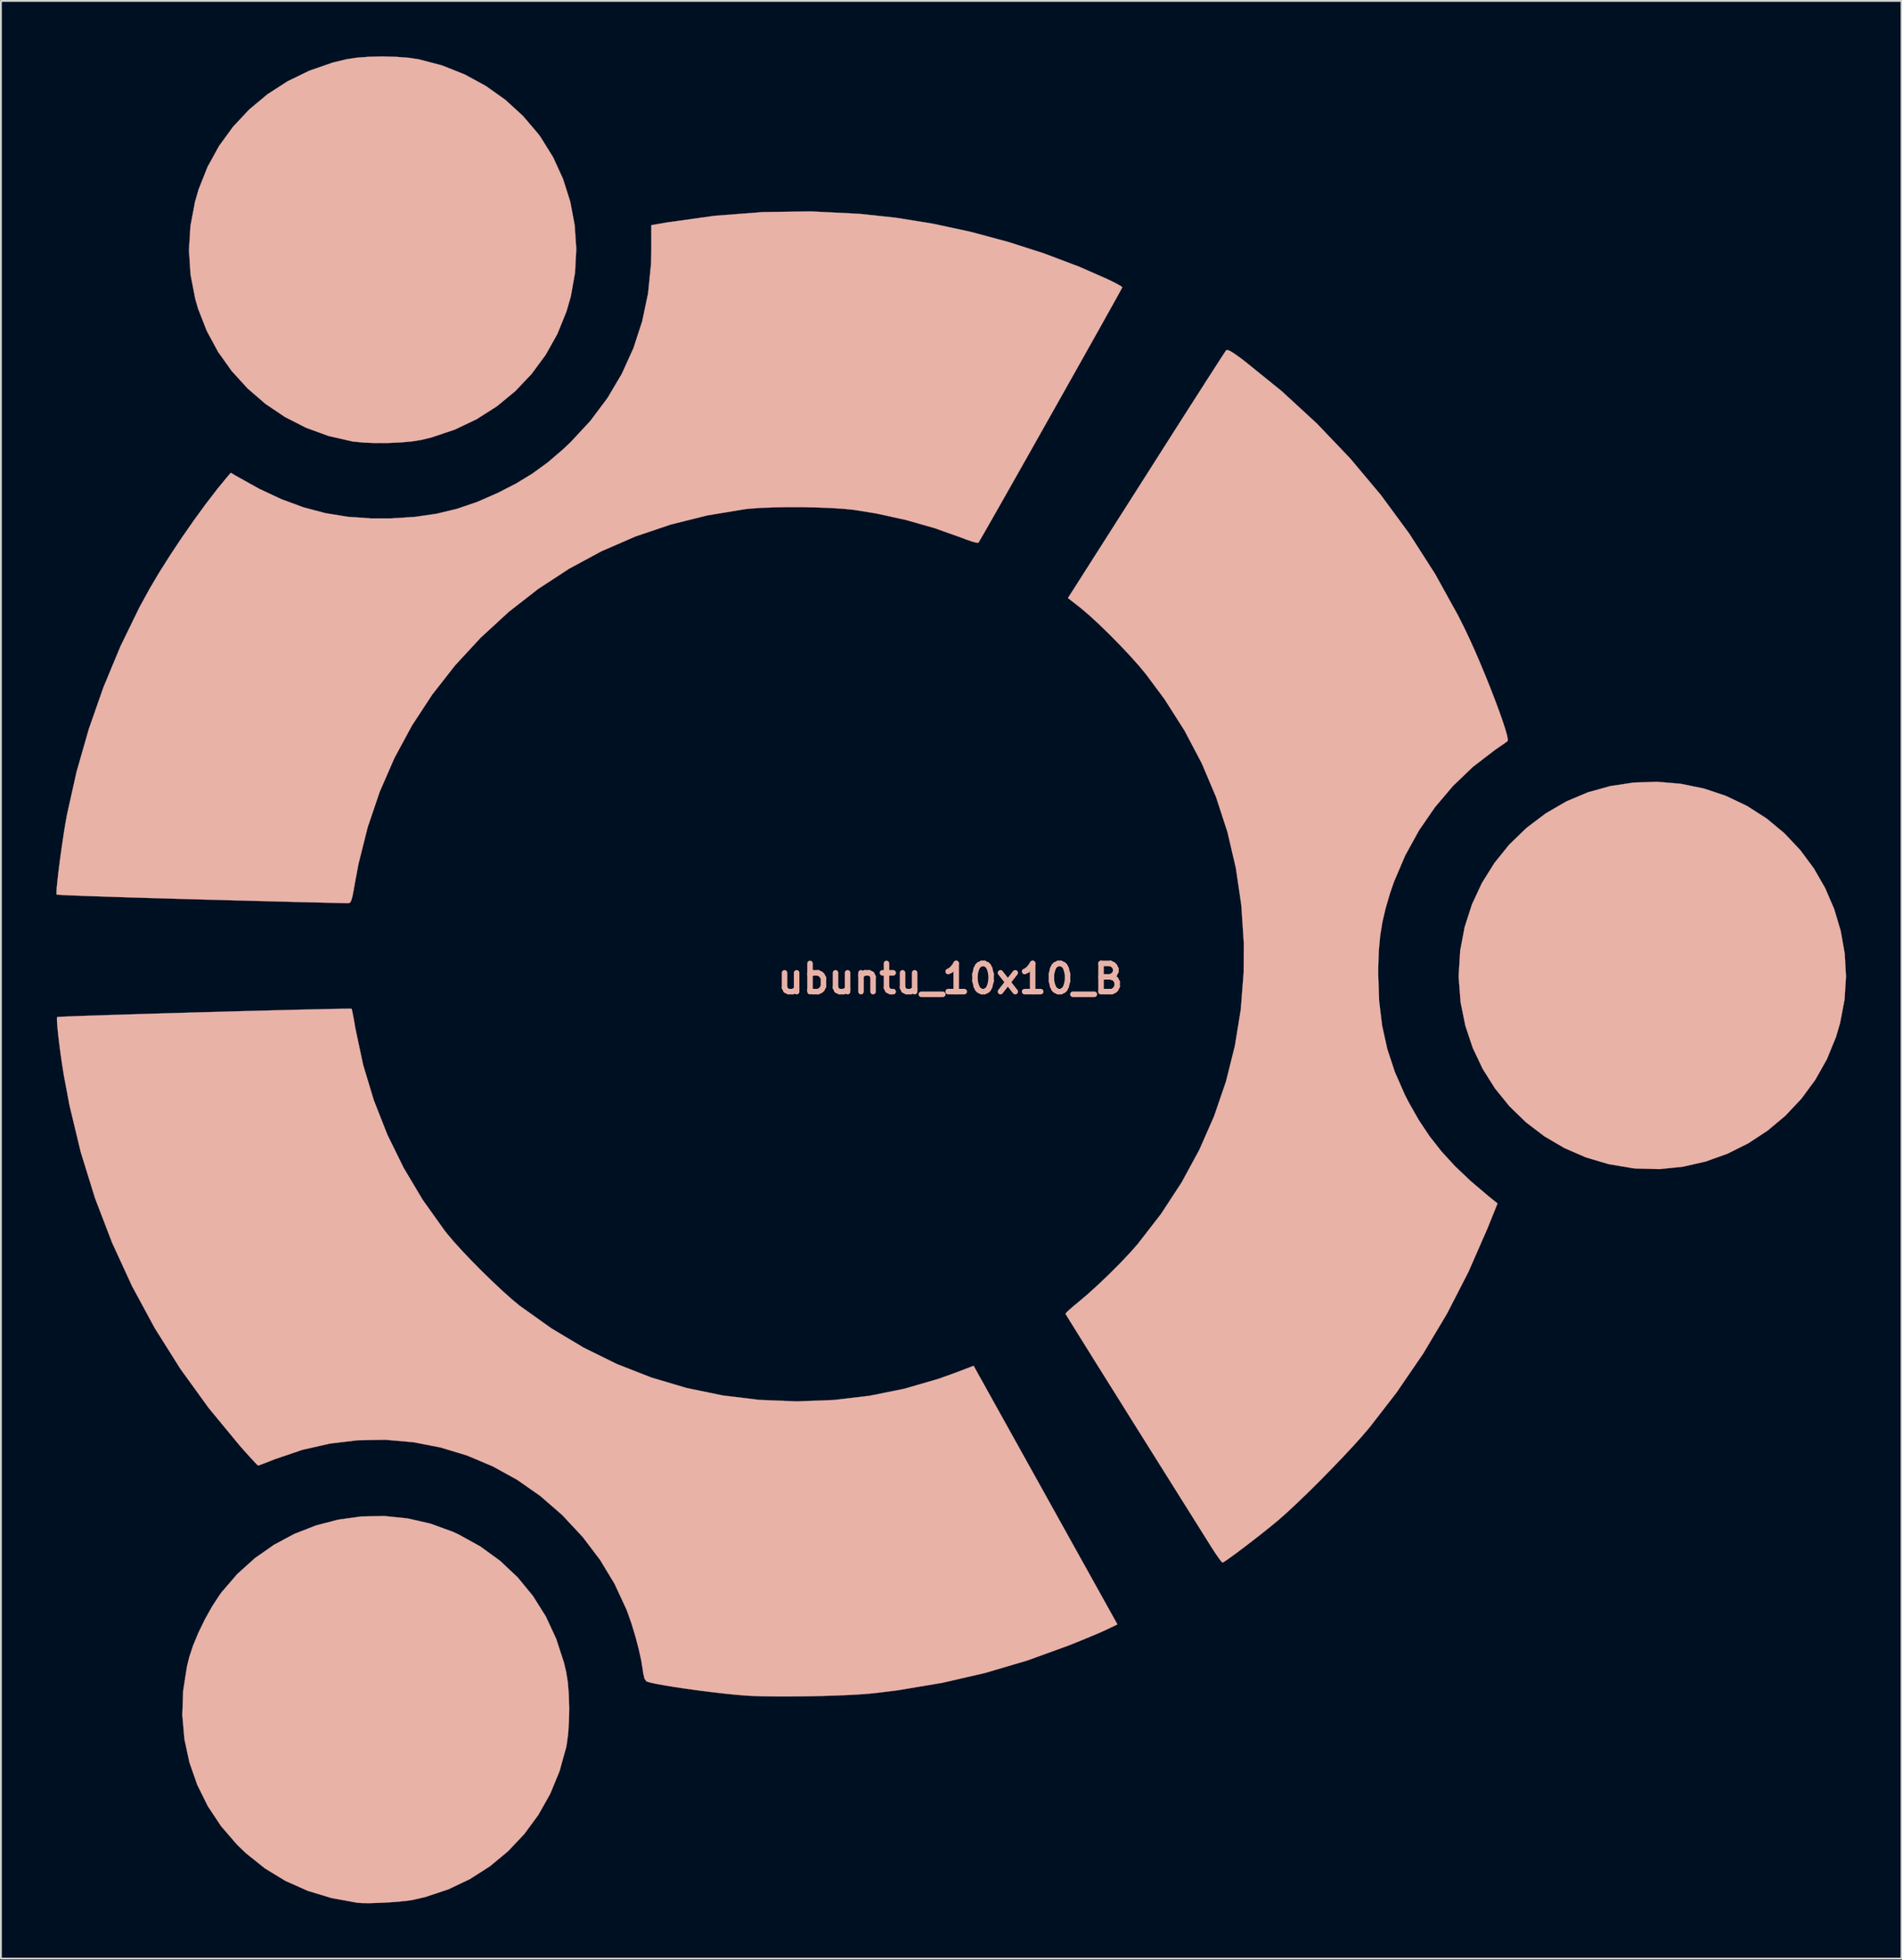
<source format=kicad_pcb>
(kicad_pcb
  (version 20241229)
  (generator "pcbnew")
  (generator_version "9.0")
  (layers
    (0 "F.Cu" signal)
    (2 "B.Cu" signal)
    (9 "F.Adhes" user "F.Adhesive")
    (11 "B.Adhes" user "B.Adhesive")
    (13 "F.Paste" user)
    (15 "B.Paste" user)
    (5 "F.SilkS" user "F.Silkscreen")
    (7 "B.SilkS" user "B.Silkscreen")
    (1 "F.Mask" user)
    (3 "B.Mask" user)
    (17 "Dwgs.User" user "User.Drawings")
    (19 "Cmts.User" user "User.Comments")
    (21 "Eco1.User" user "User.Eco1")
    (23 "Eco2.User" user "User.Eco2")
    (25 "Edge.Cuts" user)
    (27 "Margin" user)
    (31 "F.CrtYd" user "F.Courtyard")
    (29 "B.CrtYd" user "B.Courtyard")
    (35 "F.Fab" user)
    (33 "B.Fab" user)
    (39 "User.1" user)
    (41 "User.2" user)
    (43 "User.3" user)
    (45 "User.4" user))
  (footprint "ubuntu_10x10_B"
    (layer "F.Cu")
    (at 48.366 49.912)
    (property "Reference" "ubuntu_10x10_B" (at 0 0 0) (layer "B.SilkS") (effects (font (size 1.524 1.524) (thickness 0.3))))
    (attr through_hole)
    (fp_poly (pts (xy 39.528 -10.556) (xy 40.787 -10.298) (xy 41.955 -9.91) (xy 43.117 -9.357) (xy 44.182 -8.675) (xy 45.143 -7.876) (xy 45.995 -6.973) (xy 46.732 -5.981) (xy 47.347 -4.912) (xy 47.835 -3.778) (xy 48.189 -2.593) (xy 48.404 -1.371) (xy 48.474 -0.124) (xy 48.393 1.135) (xy 48.154 2.392) (xy 47.93 3.15) (xy 47.438 4.351) (xy 46.81 5.465) (xy 46.058 6.485) (xy 45.195 7.402) (xy 44.234 8.208) (xy 43.187 8.896) (xy 42.067 9.456) (xy 40.887 9.88) (xy 39.659 10.161) (xy 38.396 10.291) (xy 37.111 10.26) (xy 36.951 10.245) (xy 35.646 10.028) (xy 34.405 9.661) (xy 33.237 9.154) (xy 32.152 8.517) (xy 31.158 7.76) (xy 30.264 6.893) (xy 29.48 5.926) (xy 28.815 4.87) (xy 28.277 3.733) (xy 27.875 2.527) (xy 27.619 1.26) (xy 27.518 -0.056) (xy 27.517 -0.222) (xy 27.599 -1.534) (xy 27.84 -2.806) (xy 28.234 -4.028) (xy 28.773 -5.187) (xy 29.45 -6.271) (xy 30.256 -7.269) (xy 31.186 -8.168) (xy 32.23 -8.956) (xy 33.346 -9.603) (xy 34.496 -10.09) (xy 35.711 -10.429) (xy 36.969 -10.62) (xy 38.248 -10.663) (xy 39.528 -10.556)) (stroke (width 0.01) (type solid)) (fill yes) (layer "B.SilkS"))
    (fp_poly (pts (xy -29.977 -49.888) (xy -29.296 -49.835) (xy -28.769 -49.756) (xy -27.494 -49.421) (xy -26.275 -48.936) (xy -25.128 -48.312) (xy -24.069 -47.559) (xy -23.114 -46.686) (xy -22.28 -45.705) (xy -22.161 -45.542) (xy -21.482 -44.447) (xy -20.948 -43.277) (xy -20.559 -42.05) (xy -20.32 -40.784) (xy -20.233 -39.498) (xy -20.3 -38.209) (xy -20.525 -36.937) (xy -20.763 -36.11) (xy -21.256 -34.893) (xy -21.89 -33.762) (xy -22.654 -32.726) (xy -23.538 -31.795) (xy -24.532 -30.977) (xy -25.625 -30.281) (xy -26.807 -29.718) (xy -28.067 -29.295) (xy -28.617 -29.161) (xy -29.121 -29.081) (xy -29.74 -29.025) (xy -30.42 -28.995) (xy -31.107 -28.992) (xy -31.75 -29.017) (xy -32.294 -29.071) (xy -32.364 -29.082) (xy -33.638 -29.373) (xy -34.853 -29.816) (xy -35.995 -30.399) (xy -37.054 -31.111) (xy -38.018 -31.944) (xy -38.876 -32.886) (xy -39.617 -33.927) (xy -40.227 -35.056) (xy -40.698 -36.263) (xy -40.852 -36.798) (xy -41.105 -38.105) (xy -41.191 -39.423) (xy -41.11 -40.741) (xy -40.862 -42.048) (xy -40.669 -42.714) (xy -40.186 -43.931) (xy -39.563 -45.063) (xy -38.808 -46.101) (xy -37.933 -47.036) (xy -36.946 -47.86) (xy -35.857 -48.563) (xy -34.678 -49.137) (xy -33.418 -49.574) (xy -32.681 -49.754) (xy -32.117 -49.84) (xy -31.442 -49.891) (xy -30.711 -49.907) (xy -29.977 -49.888)) (stroke (width 0.01) (type solid)) (fill yes) (layer "B.SilkS"))
    (fp_poly (pts (xy -29.366 29.191) (xy -28.127 29.473) (xy -26.918 29.913) (xy -26.607 30.055) (xy -25.422 30.711) (xy -24.352 31.489) (xy -23.402 32.384) (xy -22.577 33.388) (xy -21.881 34.496) (xy -21.321 35.701) (xy -20.899 36.997) (xy -20.777 37.511) (xy -20.691 38.064) (xy -20.637 38.73) (xy -20.617 39.455) (xy -20.63 40.187) (xy -20.676 40.872) (xy -20.755 41.456) (xy -20.778 41.571) (xy -21.14 42.873) (xy -21.644 44.095) (xy -22.283 45.23) (xy -23.045 46.267) (xy -23.923 47.198) (xy -24.907 48.014) (xy -25.988 48.705) (xy -27.158 49.262) (xy -28.406 49.677) (xy -29.071 49.831) (xy -29.411 49.883) (xy -29.86 49.928) (xy -30.37 49.966) (xy -30.895 49.992) (xy -31.39 50.006) (xy -31.807 50.004) (xy -32.089 49.985) (xy -33.475 49.733) (xy -34.768 49.339) (xy -35.971 48.804) (xy -37.085 48.125) (xy -38.114 47.301) (xy -38.592 46.84) (xy -39.453 45.842) (xy -40.171 44.76) (xy -40.742 43.607) (xy -41.165 42.396) (xy -41.436 41.139) (xy -41.55 39.848) (xy -41.507 38.536) (xy -41.301 37.215) (xy -41.182 36.724) (xy -40.975 36.087) (xy -40.68 35.376) (xy -40.324 34.644) (xy -39.932 33.944) (xy -39.529 33.328) (xy -39.423 33.183) (xy -38.577 32.201) (xy -37.629 31.346) (xy -36.594 30.621) (xy -35.486 30.028) (xy -34.32 29.573) (xy -33.111 29.258) (xy -31.872 29.087) (xy -30.619 29.063) (xy -29.366 29.191)) (stroke (width 0.01) (type solid)) (fill yes) (layer "B.SilkS"))
    (fp_poly (pts (xy -32.43 1.615) (xy -32.39 1.618) (xy -32.365 1.71) (xy -32.319 1.935) (xy -32.258 2.262) (xy -32.189 2.658) (xy -32.18 2.709) (xy -31.766 4.656) (xy -31.189 6.566) (xy -30.457 8.427) (xy -29.573 10.227) (xy -28.544 11.953) (xy -27.375 13.594) (xy -27.213 13.801) (xy -26.861 14.217) (xy -26.413 14.712) (xy -25.896 15.254) (xy -25.34 15.815) (xy -24.774 16.367) (xy -24.228 16.879) (xy -23.732 17.323) (xy -23.313 17.671) (xy -23.283 17.694) (xy -21.588 18.902) (xy -19.837 19.951) (xy -18.033 20.84) (xy -16.177 21.567) (xy -14.271 22.134) (xy -12.315 22.538) (xy -10.313 22.781) (xy -8.297 22.86) (xy -6.298 22.785) (xy -4.363 22.557) (xy -2.476 22.175) (xy -0.62 21.635) (xy 0.304 21.303) (xy 1.268 20.935) (xy 5.158 27.93) (xy 9.048 34.925) (xy 8.482 35.198) (xy 8.216 35.319) (xy 7.83 35.486) (xy 7.363 35.681) (xy 6.854 35.889) (xy 6.435 36.058) (xy 4.177 36.877) (xy 1.901 37.55) (xy -0.42 38.085) (xy -2.815 38.488) (xy -4.149 38.652) (xy -4.681 38.699) (xy -5.346 38.739) (xy -6.109 38.772) (xy -6.934 38.798) (xy -7.787 38.816) (xy -8.634 38.825) (xy -9.44 38.824) (xy -10.171 38.814) (xy -10.79 38.793) (xy -11.134 38.772) (xy -11.698 38.723) (xy -12.32 38.658) (xy -12.975 38.582) (xy -13.64 38.497) (xy -14.288 38.408) (xy -14.895 38.317) (xy -15.437 38.229) (xy -15.888 38.147) (xy -16.224 38.075) (xy -16.42 38.016) (xy -16.435 38.009) (xy -16.537 37.868) (xy -16.611 37.564) (xy -16.631 37.412) (xy -16.716 36.883) (xy -16.855 36.251) (xy -17.035 35.569) (xy -17.242 34.889) (xy -17.462 34.262) (xy -17.522 34.108) (xy -18.161 32.732) (xy -18.947 31.431) (xy -19.885 30.197) (xy -20.979 29.025) (xy -21.014 28.991) (xy -22.181 27.977) (xy -23.431 27.103) (xy -24.755 26.374) (xy -26.139 25.79) (xy -27.573 25.355) (xy -29.043 25.07) (xy -30.539 24.938) (xy -32.048 24.961) (xy -33.559 25.142) (xy -35.059 25.482) (xy -36.536 25.985) (xy -36.557 25.993) (xy -36.906 26.131) (xy -37.194 26.242) (xy -37.386 26.313) (xy -37.448 26.331) (xy -37.517 26.271) (xy -37.678 26.103) (xy -37.911 25.85) (xy -38.198 25.531) (xy -38.445 25.252) (xy -40.124 23.217) (xy -41.655 21.1) (xy -43.037 18.904) (xy -44.267 16.631) (xy -45.346 14.286) (xy -46.272 11.87) (xy -47.043 9.386) (xy -47.657 6.837) (xy -47.96 5.224) (xy -48.049 4.665) (xy -48.131 4.102) (xy -48.203 3.56) (xy -48.262 3.064) (xy -48.306 2.641) (xy -48.33 2.317) (xy -48.333 2.116) (xy -48.322 2.065) (xy -48.233 2.057) (xy -47.989 2.044) (xy -47.605 2.028) (xy -47.094 2.009) (xy -46.471 1.988) (xy -45.751 1.964) (xy -44.948 1.939) (xy -44.075 1.912) (xy -43.148 1.884) (xy -42.18 1.856) (xy -41.186 1.827) (xy -40.18 1.799) (xy -39.177 1.771) (xy -38.19 1.744) (xy -37.235 1.719) (xy -36.325 1.695) (xy -35.475 1.674) (xy -34.699 1.655) (xy -34.011 1.64) (xy -33.426 1.627) (xy -32.958 1.619) (xy -32.621 1.615) (xy -32.43 1.615)) (stroke (width 0.01) (type solid)) (fill yes) (layer "B.SilkS"))
    (fp_poly (pts (xy -4.929 -41.394) (xy -2.963 -41.185) (xy -0.964 -40.865) (xy 1.069 -40.428) (xy 3.097 -39.886) (xy 5.079 -39.251) (xy 6.977 -38.533) (xy 8.483 -37.872) (xy 8.82 -37.709) (xy 9.091 -37.567) (xy 9.265 -37.464) (xy 9.313 -37.42) (xy 9.273 -37.34) (xy 9.156 -37.125) (xy 8.97 -36.788) (xy 8.721 -36.341) (xy 8.417 -35.796) (xy 8.066 -35.167) (xy 7.672 -34.465) (xy 7.245 -33.704) (xy 6.791 -32.896) (xy 6.317 -32.052) (xy 5.83 -31.187) (xy 5.337 -30.312) (xy 4.845 -29.439) (xy 4.362 -28.582) (xy 3.894 -27.753) (xy 3.448 -26.964) (xy 3.031 -26.228) (xy 2.651 -25.557) (xy 2.314 -24.965) (xy 2.028 -24.462) (xy 1.8 -24.063) (xy 1.636 -23.779) (xy 1.543 -23.623) (xy 1.526 -23.596) (xy 1.427 -23.599) (xy 1.207 -23.656) (xy 0.9 -23.759) (xy 0.601 -23.873) (xy -0.842 -24.387) (xy -2.386 -24.827) (xy -3.973 -25.176) (xy -5.165 -25.37) (xy -5.713 -25.429) (xy -6.387 -25.473) (xy -7.149 -25.504) (xy -7.957 -25.521) (xy -8.773 -25.523) (xy -9.557 -25.51) (xy -10.27 -25.482) (xy -10.87 -25.439) (xy -11.091 -25.415) (xy -13.141 -25.076) (xy -15.121 -24.582) (xy -17.029 -23.937) (xy -18.863 -23.14) (xy -20.62 -22.192) (xy -22.297 -21.096) (xy -23.893 -19.852) (xy -25.403 -18.462) (xy -25.406 -18.46) (xy -26.789 -16.964) (xy -28.029 -15.379) (xy -29.123 -13.708) (xy -30.071 -11.954) (xy -30.87 -10.12) (xy -31.519 -8.209) (xy -32.017 -6.223) (xy -32.208 -5.207) (xy -32.287 -4.754) (xy -32.35 -4.444) (xy -32.406 -4.248) (xy -32.461 -4.143) (xy -32.526 -4.101) (xy -32.559 -4.096) (xy -32.666 -4.097) (xy -32.93 -4.102) (xy -33.339 -4.111) (xy -33.881 -4.124) (xy -34.544 -4.14) (xy -35.315 -4.159) (xy -36.183 -4.181) (xy -37.135 -4.206) (xy -38.159 -4.233) (xy -39.242 -4.262) (xy -40.374 -4.292) (xy -40.513 -4.296) (xy -41.647 -4.327) (xy -42.732 -4.358) (xy -43.756 -4.388) (xy -44.709 -4.418) (xy -45.577 -4.446) (xy -46.349 -4.471) (xy -47.013 -4.495) (xy -47.557 -4.516) (xy -47.969 -4.534) (xy -48.237 -4.549) (xy -48.35 -4.559) (xy -48.352 -4.56) (xy -48.361 -4.663) (xy -48.347 -4.907) (xy -48.312 -5.267) (xy -48.262 -5.716) (xy -48.198 -6.23) (xy -48.124 -6.782) (xy -48.043 -7.346) (xy -47.96 -7.897) (xy -47.877 -8.409) (xy -47.797 -8.856) (xy -47.79 -8.89) (xy -47.273 -11.203) (xy -46.612 -13.511) (xy -45.817 -15.783) (xy -44.899 -17.99) (xy -43.871 -20.102) (xy -43.311 -21.124) (xy -42.804 -21.981) (xy -42.222 -22.902) (xy -41.592 -23.851) (xy -40.938 -24.791) (xy -40.287 -25.684) (xy -39.664 -26.495) (xy -39.17 -27.098) (xy -38.928 -27.382) (xy -38.662 -27.224) (xy -37.392 -26.517) (xy -36.178 -25.949) (xy -34.994 -25.513) (xy -33.811 -25.199) (xy -32.602 -25.002) (xy -31.338 -24.913) (xy -30.268 -24.914) (xy -28.988 -24.994) (xy -27.812 -25.162) (xy -26.694 -25.43) (xy -25.589 -25.807) (xy -24.469 -26.298) (xy -23.478 -26.808) (xy -22.6 -27.343) (xy -21.782 -27.939) (xy -20.971 -28.632) (xy -20.543 -29.036) (xy -19.471 -30.189) (xy -18.545 -31.426) (xy -17.766 -32.742) (xy -17.138 -34.13) (xy -16.665 -35.581) (xy -16.347 -37.091) (xy -16.19 -38.652) (xy -16.171 -39.406) (xy -16.171 -40.78) (xy -15.346 -40.923) (xy -12.754 -41.286) (xy -10.144 -41.486) (xy -7.531 -41.522) (xy -4.929 -41.394)) (stroke (width 0.01) (type solid)) (fill yes) (layer "B.SilkS"))
    (fp_poly (pts (xy 15.155 -33.967) (xy 15.386 -33.823) (xy 15.719 -33.584) (xy 15.917 -33.435) (xy 17.942 -31.797) (xy 19.853 -30.036) (xy 21.644 -28.159) (xy 23.309 -26.175) (xy 24.843 -24.089) (xy 26.241 -21.908) (xy 27.495 -19.639) (xy 27.853 -18.923) (xy 28.12 -18.357) (xy 28.398 -17.739) (xy 28.679 -17.087) (xy 28.956 -16.421) (xy 29.222 -15.76) (xy 29.469 -15.123) (xy 29.691 -14.529) (xy 29.879 -13.996) (xy 30.028 -13.544) (xy 30.129 -13.192) (xy 30.175 -12.959) (xy 30.164 -12.867) (xy 30.069 -12.797) (xy 29.869 -12.656) (xy 29.6 -12.471) (xy 29.464 -12.377) (xy 28.291 -11.475) (xy 27.209 -10.44) (xy 26.23 -9.285) (xy 25.364 -8.025) (xy 24.622 -6.677) (xy 24.015 -5.254) (xy 23.803 -4.639) (xy 23.565 -3.832) (xy 23.389 -3.081) (xy 23.268 -2.335) (xy 23.195 -1.543) (xy 23.163 -0.656) (xy 23.16 -0.254) (xy 23.211 1.19) (xy 23.373 2.532) (xy 23.655 3.806) (xy 24.063 5.042) (xy 24.605 6.275) (xy 24.811 6.677) (xy 25.352 7.632) (xy 25.937 8.511) (xy 26.587 9.339) (xy 27.324 10.142) (xy 28.172 10.946) (xy 29.153 11.778) (xy 29.352 11.938) (xy 29.618 12.15) (xy 29.076 13.495) (xy 28.043 15.856) (xy 26.882 18.116) (xy 25.585 20.29) (xy 24.142 22.396) (xy 22.704 24.254) (xy 22.303 24.725) (xy 21.806 25.277) (xy 21.239 25.885) (xy 20.625 26.524) (xy 19.992 27.169) (xy 19.362 27.793) (xy 18.762 28.371) (xy 18.217 28.879) (xy 17.751 29.29) (xy 17.653 29.373) (xy 17.263 29.691) (xy 16.838 30.03) (xy 16.402 30.371) (xy 15.974 30.7) (xy 15.577 30.999) (xy 15.233 31.253) (xy 14.963 31.444) (xy 14.789 31.557) (xy 14.736 31.581) (xy 14.665 31.513) (xy 14.525 31.329) (xy 14.337 31.056) (xy 14.122 30.722) (xy 14.116 30.713) (xy 13.275 29.372) (xy 12.459 28.071) (xy 11.673 26.818) (xy 10.922 25.62) (xy 10.21 24.485) (xy 9.542 23.418) (xy 8.923 22.428) (xy 8.356 21.522) (xy 7.846 20.707) (xy 7.399 19.99) (xy 7.017 19.378) (xy 6.707 18.879) (xy 6.471 18.5) (xy 6.316 18.248) (xy 6.245 18.129) (xy 6.24 18.121) (xy 6.295 18.047) (xy 6.456 17.894) (xy 6.696 17.686) (xy 6.899 17.519) (xy 7.422 17.078) (xy 8.007 16.547) (xy 8.615 15.967) (xy 9.205 15.375) (xy 9.738 14.811) (xy 10.141 14.354) (xy 11.409 12.718) (xy 12.523 11.015) (xy 13.481 9.25) (xy 14.282 7.428) (xy 14.924 5.552) (xy 15.405 3.628) (xy 15.725 1.659) (xy 15.881 -0.35) (xy 15.889 -1.947) (xy 15.753 -4.005) (xy 15.457 -6.004) (xy 15.003 -7.946) (xy 14.389 -9.831) (xy 13.615 -11.66) (xy 12.682 -13.431) (xy 11.59 -15.146) (xy 10.574 -16.51) (xy 10.173 -16.99) (xy 9.687 -17.531) (xy 9.147 -18.102) (xy 8.585 -18.671) (xy 8.031 -19.208) (xy 7.517 -19.68) (xy 7.074 -20.056) (xy 7.015 -20.103) (xy 6.372 -20.605) (xy 7.051 -21.669) (xy 7.206 -21.913) (xy 7.444 -22.285) (xy 7.755 -22.774) (xy 8.13 -23.364) (xy 8.562 -24.041) (xy 9.041 -24.794) (xy 9.558 -25.606) (xy 10.105 -26.465) (xy 10.673 -27.357) (xy 11.253 -28.269) (xy 11.286 -28.321) (xy 11.848 -29.204) (xy 12.385 -30.046) (xy 12.89 -30.837) (xy 13.356 -31.565) (xy 13.775 -32.22) (xy 14.141 -32.79) (xy 14.446 -33.264) (xy 14.684 -33.631) (xy 14.847 -33.88) (xy 14.928 -34) (xy 14.935 -34.009) (xy 15.011 -34.025) (xy 15.155 -33.967)) (stroke (width 0.01) (type solid)) (fill yes) (layer "B.SilkS")))
  (gr_rect
    (start -3 -3)
    (end 99.845 102.922)
    (stroke (width 0.1) (type default))
    (fill no)
    (layer "Edge.Cuts")))
</source>
